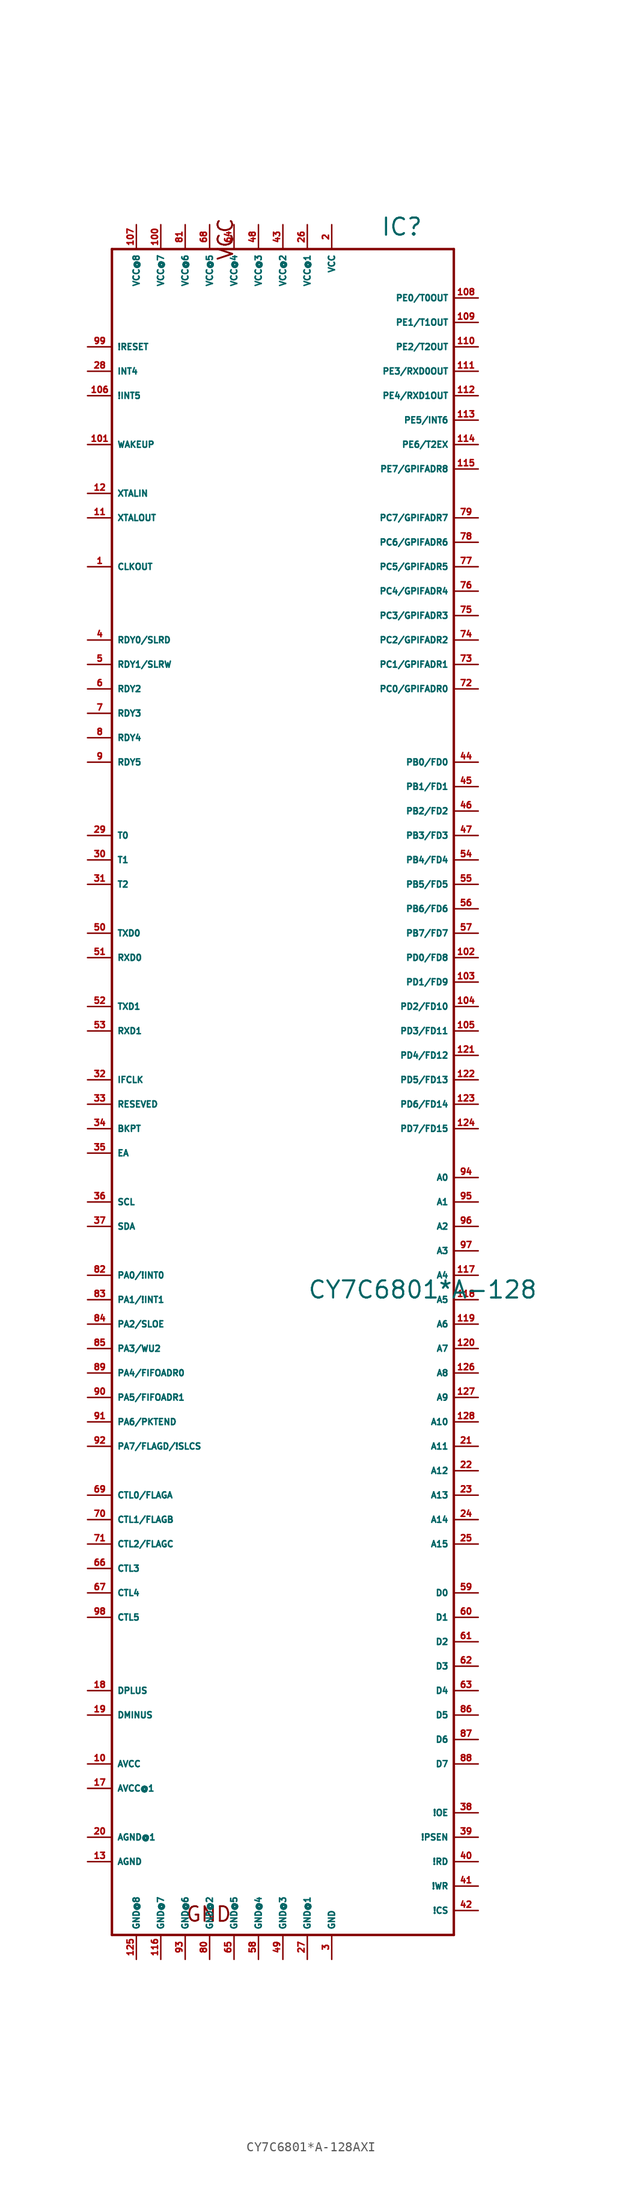
<source format=kicad_sym>
(kicad_symbol_lib
  (version 20220914)
  (generator Eagle2Kicad)
  (symbol "CY7C6801*A-128AXI"
    (property "Reference" "IC"
      (at 10.16 87.63 0)
      (effects (font (size 1.778 1.778) (thickness 0.22)) (justify left bottom)))
    (property "Value" "CY7C6801*A-128"
      (at 2.54 -22.86 0)
      (effects (font (size 1.778 1.778) (thickness 0.22)) (justify left bottom)))
    (polyline
      (pts (xy -17.78 86.36) (xy 17.78 86.36))
      (stroke (width 0.254) (type default))
      (fill (type none)))
    (polyline
      (pts (xy 17.78 86.36) (xy 17.78 -88.9))
      (stroke (width 0.254) (type default))
      (fill (type none)))
    (polyline
      (pts (xy 17.78 -88.9) (xy -17.78 -88.9))
      (stroke (width 0.254) (type default))
      (fill (type none)))
    (polyline
      (pts (xy -17.78 -88.9) (xy -17.78 86.36))
      (stroke (width 0.254) (type default))
      (fill (type none)))
    (text "GND"
      (at -10.16 -87.63 0)
      (effects (font (size 1.524 1.524) (thickness 0.19)) (justify left bottom)))
    (text "VCC"
      (at -5.08 85.09 1800)
      (effects (font (size 1.524 1.524) (thickness 0.19)) (justify left bottom)))
    (pin input line
      (at -20.32 53.34 0)
      (length 2.54)
      (name "CLKOUT" (effects (font (size 0.635 0.635) (thickness 0.08)) (justify left bottom)))
      (number "1" (effects (font (size 0.635 0.635) (thickness 0.08)) (justify left bottom))))
    (pin input line
      (at 5.08 88.9 270)
      (length 2.54)
      (name "VCC" (effects (font (size 0.635 0.635) (thickness 0.08)) (justify left bottom)))
      (number "2" (effects (font (size 0.635 0.635) (thickness 0.08)) (justify left bottom))))
    (pin input line
      (at 5.08 -91.44 90)
      (length 2.54)
      (name "GND" (effects (font (size 0.635 0.635) (thickness 0.08)) (justify left bottom)))
      (number "3" (effects (font (size 0.635 0.635) (thickness 0.08)) (justify left bottom))))
    (pin input line
      (at -20.32 45.72 0)
      (length 2.54)
      (name "RDY0/SLRD" (effects (font (size 0.635 0.635) (thickness 0.08)) (justify left bottom)))
      (number "4" (effects (font (size 0.635 0.635) (thickness 0.08)) (justify left bottom))))
    (pin input line
      (at -20.32 43.18 0)
      (length 2.54)
      (name "RDY1/SLRW" (effects (font (size 0.635 0.635) (thickness 0.08)) (justify left bottom)))
      (number "5" (effects (font (size 0.635 0.635) (thickness 0.08)) (justify left bottom))))
    (pin input line
      (at -20.32 40.64 0)
      (length 2.54)
      (name "RDY2" (effects (font (size 0.635 0.635) (thickness 0.08)) (justify left bottom)))
      (number "6" (effects (font (size 0.635 0.635) (thickness 0.08)) (justify left bottom))))
    (pin input line
      (at -20.32 38.1 0)
      (length 2.54)
      (name "RDY3" (effects (font (size 0.635 0.635) (thickness 0.08)) (justify left bottom)))
      (number "7" (effects (font (size 0.635 0.635) (thickness 0.08)) (justify left bottom))))
    (pin input line
      (at -20.32 35.56 0)
      (length 2.54)
      (name "RDY4" (effects (font (size 0.635 0.635) (thickness 0.08)) (justify left bottom)))
      (number "8" (effects (font (size 0.635 0.635) (thickness 0.08)) (justify left bottom))))
    (pin input line
      (at -20.32 33.02 0)
      (length 2.54)
      (name "RDY5" (effects (font (size 0.635 0.635) (thickness 0.08)) (justify left bottom)))
      (number "9" (effects (font (size 0.635 0.635) (thickness 0.08)) (justify left bottom))))
    (pin input line
      (at -20.32 -71.12 0)
      (length 2.54)
      (name "AVCC" (effects (font (size 0.635 0.635) (thickness 0.08)) (justify left bottom)))
      (number "10" (effects (font (size 0.635 0.635) (thickness 0.08)) (justify left bottom))))
    (pin input line
      (at -20.32 58.42 0)
      (length 2.54)
      (name "XTALOUT" (effects (font (size 0.635 0.635) (thickness 0.08)) (justify left bottom)))
      (number "11" (effects (font (size 0.635 0.635) (thickness 0.08)) (justify left bottom))))
    (pin input line
      (at -20.32 60.96 0)
      (length 2.54)
      (name "XTALIN" (effects (font (size 0.635 0.635) (thickness 0.08)) (justify left bottom)))
      (number "12" (effects (font (size 0.635 0.635) (thickness 0.08)) (justify left bottom))))
    (pin input line
      (at -20.32 -81.28 0)
      (length 2.54)
      (name "AGND" (effects (font (size 0.635 0.635) (thickness 0.08)) (justify left bottom)))
      (number "13" (effects (font (size 0.635 0.635) (thickness 0.08)) (justify left bottom))))
    (pin input line
      (at -20.32 -73.66 0)
      (length 2.54)
      (name "AVCC@1" (effects (font (size 0.635 0.635) (thickness 0.08)) (justify left bottom)))
      (number "17" (effects (font (size 0.635 0.635) (thickness 0.08)) (justify left bottom))))
    (pin bidirectional line
      (at -20.32 -63.5 0)
      (length 2.54)
      (name "DPLUS" (effects (font (size 0.635 0.635) (thickness 0.08)) (justify left bottom)))
      (number "18" (effects (font (size 0.635 0.635) (thickness 0.08)) (justify left bottom))))
    (pin bidirectional line
      (at -20.32 -66.04 0)
      (length 2.54)
      (name "DMINUS" (effects (font (size 0.635 0.635) (thickness 0.08)) (justify left bottom)))
      (number "19" (effects (font (size 0.635 0.635) (thickness 0.08)) (justify left bottom))))
    (pin input line
      (at -20.32 -78.74 0)
      (length 2.54)
      (name "AGND@1" (effects (font (size 0.635 0.635) (thickness 0.08)) (justify left bottom)))
      (number "20" (effects (font (size 0.635 0.635) (thickness 0.08)) (justify left bottom))))
    (pin output line
      (at 20.32 -10.16 180)
      (length 2.54)
      (name "A0" (effects (font (size 0.635 0.635) (thickness 0.08)) (justify left bottom)))
      (number "94" (effects (font (size 0.635 0.635) (thickness 0.08)) (justify left bottom))))
    (pin output line
      (at 20.32 -12.7 180)
      (length 2.54)
      (name "A1" (effects (font (size 0.635 0.635) (thickness 0.08)) (justify left bottom)))
      (number "95" (effects (font (size 0.635 0.635) (thickness 0.08)) (justify left bottom))))
    (pin output line
      (at 20.32 -15.24 180)
      (length 2.54)
      (name "A2" (effects (font (size 0.635 0.635) (thickness 0.08)) (justify left bottom)))
      (number "96" (effects (font (size 0.635 0.635) (thickness 0.08)) (justify left bottom))))
    (pin output line
      (at 20.32 -17.78 180)
      (length 2.54)
      (name "A3" (effects (font (size 0.635 0.635) (thickness 0.08)) (justify left bottom)))
      (number "97" (effects (font (size 0.635 0.635) (thickness 0.08)) (justify left bottom))))
    (pin output line
      (at 20.32 -20.32 180)
      (length 2.54)
      (name "A4" (effects (font (size 0.635 0.635) (thickness 0.08)) (justify left bottom)))
      (number "117" (effects (font (size 0.635 0.635) (thickness 0.08)) (justify left bottom))))
    (pin output line
      (at 20.32 -22.86 180)
      (length 2.54)
      (name "A5" (effects (font (size 0.635 0.635) (thickness 0.08)) (justify left bottom)))
      (number "118" (effects (font (size 0.635 0.635) (thickness 0.08)) (justify left bottom))))
    (pin output line
      (at 20.32 -25.4 180)
      (length 2.54)
      (name "A6" (effects (font (size 0.635 0.635) (thickness 0.08)) (justify left bottom)))
      (number "119" (effects (font (size 0.635 0.635) (thickness 0.08)) (justify left bottom))))
    (pin output line
      (at 20.32 -27.94 180)
      (length 2.54)
      (name "A7" (effects (font (size 0.635 0.635) (thickness 0.08)) (justify left bottom)))
      (number "120" (effects (font (size 0.635 0.635) (thickness 0.08)) (justify left bottom))))
    (pin output line
      (at 20.32 -30.48 180)
      (length 2.54)
      (name "A8" (effects (font (size 0.635 0.635) (thickness 0.08)) (justify left bottom)))
      (number "126" (effects (font (size 0.635 0.635) (thickness 0.08)) (justify left bottom))))
    (pin output line
      (at 20.32 -33.02 180)
      (length 2.54)
      (name "A9" (effects (font (size 0.635 0.635) (thickness 0.08)) (justify left bottom)))
      (number "127" (effects (font (size 0.635 0.635) (thickness 0.08)) (justify left bottom))))
    (pin output line
      (at 20.32 -35.56 180)
      (length 2.54)
      (name "A10" (effects (font (size 0.635 0.635) (thickness 0.08)) (justify left bottom)))
      (number "128" (effects (font (size 0.635 0.635) (thickness 0.08)) (justify left bottom))))
    (pin output line
      (at 20.32 -38.1 180)
      (length 2.54)
      (name "A11" (effects (font (size 0.635 0.635) (thickness 0.08)) (justify left bottom)))
      (number "21" (effects (font (size 0.635 0.635) (thickness 0.08)) (justify left bottom))))
    (pin output line
      (at 20.32 -40.64 180)
      (length 2.54)
      (name "A12" (effects (font (size 0.635 0.635) (thickness 0.08)) (justify left bottom)))
      (number "22" (effects (font (size 0.635 0.635) (thickness 0.08)) (justify left bottom))))
    (pin output line
      (at 20.32 -43.18 180)
      (length 2.54)
      (name "A13" (effects (font (size 0.635 0.635) (thickness 0.08)) (justify left bottom)))
      (number "23" (effects (font (size 0.635 0.635) (thickness 0.08)) (justify left bottom))))
    (pin output line
      (at 20.32 -45.72 180)
      (length 2.54)
      (name "A14" (effects (font (size 0.635 0.635) (thickness 0.08)) (justify left bottom)))
      (number "24" (effects (font (size 0.635 0.635) (thickness 0.08)) (justify left bottom))))
    (pin output line
      (at 20.32 -48.26 180)
      (length 2.54)
      (name "A15" (effects (font (size 0.635 0.635) (thickness 0.08)) (justify left bottom)))
      (number "25" (effects (font (size 0.635 0.635) (thickness 0.08)) (justify left bottom))))
    (pin input line
      (at 20.32 -53.34 180)
      (length 2.54)
      (name "D0" (effects (font (size 0.635 0.635) (thickness 0.08)) (justify left bottom)))
      (number "59" (effects (font (size 0.635 0.635) (thickness 0.08)) (justify left bottom))))
    (pin input line
      (at 20.32 -55.88 180)
      (length 2.54)
      (name "D1" (effects (font (size 0.635 0.635) (thickness 0.08)) (justify left bottom)))
      (number "60" (effects (font (size 0.635 0.635) (thickness 0.08)) (justify left bottom))))
    (pin input line
      (at 20.32 -58.42 180)
      (length 2.54)
      (name "D2" (effects (font (size 0.635 0.635) (thickness 0.08)) (justify left bottom)))
      (number "61" (effects (font (size 0.635 0.635) (thickness 0.08)) (justify left bottom))))
    (pin input line
      (at 20.32 -60.96 180)
      (length 2.54)
      (name "D3" (effects (font (size 0.635 0.635) (thickness 0.08)) (justify left bottom)))
      (number "62" (effects (font (size 0.635 0.635) (thickness 0.08)) (justify left bottom))))
    (pin input line
      (at 20.32 -63.5 180)
      (length 2.54)
      (name "D4" (effects (font (size 0.635 0.635) (thickness 0.08)) (justify left bottom)))
      (number "63" (effects (font (size 0.635 0.635) (thickness 0.08)) (justify left bottom))))
    (pin input line
      (at 20.32 -66.04 180)
      (length 2.54)
      (name "D5" (effects (font (size 0.635 0.635) (thickness 0.08)) (justify left bottom)))
      (number "86" (effects (font (size 0.635 0.635) (thickness 0.08)) (justify left bottom))))
    (pin input line
      (at 20.32 -68.58 180)
      (length 2.54)
      (name "D6" (effects (font (size 0.635 0.635) (thickness 0.08)) (justify left bottom)))
      (number "87" (effects (font (size 0.635 0.635) (thickness 0.08)) (justify left bottom))))
    (pin input line
      (at 20.32 -71.12 180)
      (length 2.54)
      (name "D7" (effects (font (size 0.635 0.635) (thickness 0.08)) (justify left bottom)))
      (number "88" (effects (font (size 0.635 0.635) (thickness 0.08)) (justify left bottom))))
    (pin input line
      (at 2.54 88.9 270)
      (length 2.54)
      (name "VCC@1" (effects (font (size 0.635 0.635) (thickness 0.08)) (justify left bottom)))
      (number "26" (effects (font (size 0.635 0.635) (thickness 0.08)) (justify left bottom))))
    (pin input line
      (at 2.54 -91.44 90)
      (length 2.54)
      (name "GND@1" (effects (font (size 0.635 0.635) (thickness 0.08)) (justify left bottom)))
      (number "27" (effects (font (size 0.635 0.635) (thickness 0.08)) (justify left bottom))))
    (pin output line
      (at -20.32 73.66 0)
      (length 2.54)
      (name "INT4" (effects (font (size 0.635 0.635) (thickness 0.08)) (justify left bottom)))
      (number "28" (effects (font (size 0.635 0.635) (thickness 0.08)) (justify left bottom))))
    (pin output line
      (at -20.32 25.4 0)
      (length 2.54)
      (name "T0" (effects (font (size 0.635 0.635) (thickness 0.08)) (justify left bottom)))
      (number "29" (effects (font (size 0.635 0.635) (thickness 0.08)) (justify left bottom))))
    (pin output line
      (at -20.32 22.86 0)
      (length 2.54)
      (name "T1" (effects (font (size 0.635 0.635) (thickness 0.08)) (justify left bottom)))
      (number "30" (effects (font (size 0.635 0.635) (thickness 0.08)) (justify left bottom))))
    (pin output line
      (at -20.32 20.32 0)
      (length 2.54)
      (name "T2" (effects (font (size 0.635 0.635) (thickness 0.08)) (justify left bottom)))
      (number "31" (effects (font (size 0.635 0.635) (thickness 0.08)) (justify left bottom))))
    (pin bidirectional line
      (at -20.32 0 0)
      (length 2.54)
      (name "IFCLK" (effects (font (size 0.635 0.635) (thickness 0.08)) (justify left bottom)))
      (number "32" (effects (font (size 0.635 0.635) (thickness 0.08)) (justify left bottom))))
    (pin input line
      (at -20.32 -2.54 0)
      (length 2.54)
      (name "RESEVED" (effects (font (size 0.635 0.635) (thickness 0.08)) (justify left bottom)))
      (number "33" (effects (font (size 0.635 0.635) (thickness 0.08)) (justify left bottom))))
    (pin output line
      (at -20.32 -5.08 0)
      (length 2.54)
      (name "BKPT" (effects (font (size 0.635 0.635) (thickness 0.08)) (justify left bottom)))
      (number "34" (effects (font (size 0.635 0.635) (thickness 0.08)) (justify left bottom))))
    (pin input line
      (at -20.32 -7.62 0)
      (length 2.54)
      (name "EA" (effects (font (size 0.635 0.635) (thickness 0.08)) (justify left bottom)))
      (number "35" (effects (font (size 0.635 0.635) (thickness 0.08)) (justify left bottom))))
    (pin output line
      (at -20.32 -12.7 0)
      (length 2.54)
      (name "SCL" (effects (font (size 0.635 0.635) (thickness 0.08)) (justify left bottom)))
      (number "36" (effects (font (size 0.635 0.635) (thickness 0.08)) (justify left bottom))))
    (pin bidirectional line
      (at -20.32 -15.24 0)
      (length 2.54)
      (name "SDA" (effects (font (size 0.635 0.635) (thickness 0.08)) (justify left bottom)))
      (number "37" (effects (font (size 0.635 0.635) (thickness 0.08)) (justify left bottom))))
    (pin output line
      (at 20.32 -76.2 180)
      (length 2.54)
      (name "!OE" (effects (font (size 0.635 0.635) (thickness 0.08)) (justify left bottom)))
      (number "38" (effects (font (size 0.635 0.635) (thickness 0.08)) (justify left bottom))))
    (pin output line
      (at 20.32 -78.74 180)
      (length 2.54)
      (name "!PSEN" (effects (font (size 0.635 0.635) (thickness 0.08)) (justify left bottom)))
      (number "39" (effects (font (size 0.635 0.635) (thickness 0.08)) (justify left bottom))))
    (pin output line
      (at 20.32 -81.28 180)
      (length 2.54)
      (name "!RD" (effects (font (size 0.635 0.635) (thickness 0.08)) (justify left bottom)))
      (number "40" (effects (font (size 0.635 0.635) (thickness 0.08)) (justify left bottom))))
    (pin output line
      (at 20.32 -83.82 180)
      (length 2.54)
      (name "!WR" (effects (font (size 0.635 0.635) (thickness 0.08)) (justify left bottom)))
      (number "41" (effects (font (size 0.635 0.635) (thickness 0.08)) (justify left bottom))))
    (pin output line
      (at 20.32 -86.36 180)
      (length 2.54)
      (name "!CS" (effects (font (size 0.635 0.635) (thickness 0.08)) (justify left bottom)))
      (number "42" (effects (font (size 0.635 0.635) (thickness 0.08)) (justify left bottom))))
    (pin input line
      (at 0 88.9 270)
      (length 2.54)
      (name "VCC@2" (effects (font (size 0.635 0.635) (thickness 0.08)) (justify left bottom)))
      (number "43" (effects (font (size 0.635 0.635) (thickness 0.08)) (justify left bottom))))
    (pin bidirectional line
      (at 20.32 33.02 180)
      (length 2.54)
      (name "PB0/FD0" (effects (font (size 0.635 0.635) (thickness 0.08)) (justify left bottom)))
      (number "44" (effects (font (size 0.635 0.635) (thickness 0.08)) (justify left bottom))))
    (pin bidirectional line
      (at 20.32 30.48 180)
      (length 2.54)
      (name "PB1/FD1" (effects (font (size 0.635 0.635) (thickness 0.08)) (justify left bottom)))
      (number "45" (effects (font (size 0.635 0.635) (thickness 0.08)) (justify left bottom))))
    (pin bidirectional line
      (at 20.32 27.94 180)
      (length 2.54)
      (name "PB2/FD2" (effects (font (size 0.635 0.635) (thickness 0.08)) (justify left bottom)))
      (number "46" (effects (font (size 0.635 0.635) (thickness 0.08)) (justify left bottom))))
    (pin bidirectional line
      (at 20.32 25.4 180)
      (length 2.54)
      (name "PB3/FD3" (effects (font (size 0.635 0.635) (thickness 0.08)) (justify left bottom)))
      (number "47" (effects (font (size 0.635 0.635) (thickness 0.08)) (justify left bottom))))
    (pin input line
      (at -2.54 88.9 270)
      (length 2.54)
      (name "VCC@3" (effects (font (size 0.635 0.635) (thickness 0.08)) (justify left bottom)))
      (number "48" (effects (font (size 0.635 0.635) (thickness 0.08)) (justify left bottom))))
    (pin input line
      (at 0 -91.44 90)
      (length 2.54)
      (name "GND@3" (effects (font (size 0.635 0.635) (thickness 0.08)) (justify left bottom)))
      (number "49" (effects (font (size 0.635 0.635) (thickness 0.08)) (justify left bottom))))
    (pin input line
      (at -20.32 15.24 0)
      (length 2.54)
      (name "TXD0" (effects (font (size 0.635 0.635) (thickness 0.08)) (justify left bottom)))
      (number "50" (effects (font (size 0.635 0.635) (thickness 0.08)) (justify left bottom))))
    (pin input line
      (at -20.32 7.62 0)
      (length 2.54)
      (name "TXD1" (effects (font (size 0.635 0.635) (thickness 0.08)) (justify left bottom)))
      (number "52" (effects (font (size 0.635 0.635) (thickness 0.08)) (justify left bottom))))
    (pin output line
      (at -20.32 12.7 0)
      (length 2.54)
      (name "RXD0" (effects (font (size 0.635 0.635) (thickness 0.08)) (justify left bottom)))
      (number "51" (effects (font (size 0.635 0.635) (thickness 0.08)) (justify left bottom))))
    (pin output line
      (at -20.32 5.08 0)
      (length 2.54)
      (name "RXD1" (effects (font (size 0.635 0.635) (thickness 0.08)) (justify left bottom)))
      (number "53" (effects (font (size 0.635 0.635) (thickness 0.08)) (justify left bottom))))
    (pin bidirectional line
      (at 20.32 22.86 180)
      (length 2.54)
      (name "PB4/FD4" (effects (font (size 0.635 0.635) (thickness 0.08)) (justify left bottom)))
      (number "54" (effects (font (size 0.635 0.635) (thickness 0.08)) (justify left bottom))))
    (pin bidirectional line
      (at 20.32 20.32 180)
      (length 2.54)
      (name "PB5/FD5" (effects (font (size 0.635 0.635) (thickness 0.08)) (justify left bottom)))
      (number "55" (effects (font (size 0.635 0.635) (thickness 0.08)) (justify left bottom))))
    (pin bidirectional line
      (at 20.32 17.78 180)
      (length 2.54)
      (name "PB6/FD6" (effects (font (size 0.635 0.635) (thickness 0.08)) (justify left bottom)))
      (number "56" (effects (font (size 0.635 0.635) (thickness 0.08)) (justify left bottom))))
    (pin bidirectional line
      (at 20.32 15.24 180)
      (length 2.54)
      (name "PB7/FD7" (effects (font (size 0.635 0.635) (thickness 0.08)) (justify left bottom)))
      (number "57" (effects (font (size 0.635 0.635) (thickness 0.08)) (justify left bottom))))
    (pin input line
      (at -2.54 -91.44 90)
      (length 2.54)
      (name "GND@4" (effects (font (size 0.635 0.635) (thickness 0.08)) (justify left bottom)))
      (number "58" (effects (font (size 0.635 0.635) (thickness 0.08)) (justify left bottom))))
    (pin input line
      (at -5.08 88.9 270)
      (length 2.54)
      (name "VCC@4" (effects (font (size 0.635 0.635) (thickness 0.08)) (justify left bottom)))
      (number "64" (effects (font (size 0.635 0.635) (thickness 0.08)) (justify left bottom))))
    (pin input line
      (at -5.08 -91.44 90)
      (length 2.54)
      (name "GND@5" (effects (font (size 0.635 0.635) (thickness 0.08)) (justify left bottom)))
      (number "65" (effects (font (size 0.635 0.635) (thickness 0.08)) (justify left bottom))))
    (pin input line
      (at -7.62 88.9 270)
      (length 2.54)
      (name "VCC@5" (effects (font (size 0.635 0.635) (thickness 0.08)) (justify left bottom)))
      (number "68" (effects (font (size 0.635 0.635) (thickness 0.08)) (justify left bottom))))
    (pin input line
      (at -20.32 -50.8 0)
      (length 2.54)
      (name "CTL3" (effects (font (size 0.635 0.635) (thickness 0.08)) (justify left bottom)))
      (number "66" (effects (font (size 0.635 0.635) (thickness 0.08)) (justify left bottom))))
    (pin input line
      (at -20.32 -53.34 0)
      (length 2.54)
      (name "CTL4" (effects (font (size 0.635 0.635) (thickness 0.08)) (justify left bottom)))
      (number "67" (effects (font (size 0.635 0.635) (thickness 0.08)) (justify left bottom))))
    (pin output line
      (at -20.32 -43.18 0)
      (length 2.54)
      (name "CTL0/FLAGA" (effects (font (size 0.635 0.635) (thickness 0.08)) (justify left bottom)))
      (number "69" (effects (font (size 0.635 0.635) (thickness 0.08)) (justify left bottom))))
    (pin output line
      (at -20.32 -45.72 0)
      (length 2.54)
      (name "CTL1/FLAGB" (effects (font (size 0.635 0.635) (thickness 0.08)) (justify left bottom)))
      (number "70" (effects (font (size 0.635 0.635) (thickness 0.08)) (justify left bottom))))
    (pin output line
      (at -20.32 -48.26 0)
      (length 2.54)
      (name "CTL2/FLAGC" (effects (font (size 0.635 0.635) (thickness 0.08)) (justify left bottom)))
      (number "71" (effects (font (size 0.635 0.635) (thickness 0.08)) (justify left bottom))))
    (pin bidirectional line
      (at 20.32 40.64 180)
      (length 2.54)
      (name "PC0/GPIFADR0" (effects (font (size 0.635 0.635) (thickness 0.08)) (justify left bottom)))
      (number "72" (effects (font (size 0.635 0.635) (thickness 0.08)) (justify left bottom))))
    (pin bidirectional line
      (at 20.32 43.18 180)
      (length 2.54)
      (name "PC1/GPIFADR1" (effects (font (size 0.635 0.635) (thickness 0.08)) (justify left bottom)))
      (number "73" (effects (font (size 0.635 0.635) (thickness 0.08)) (justify left bottom))))
    (pin bidirectional line
      (at 20.32 45.72 180)
      (length 2.54)
      (name "PC2/GPIFADR2" (effects (font (size 0.635 0.635) (thickness 0.08)) (justify left bottom)))
      (number "74" (effects (font (size 0.635 0.635) (thickness 0.08)) (justify left bottom))))
    (pin bidirectional line
      (at 20.32 48.26 180)
      (length 2.54)
      (name "PC3/GPIFADR3" (effects (font (size 0.635 0.635) (thickness 0.08)) (justify left bottom)))
      (number "75" (effects (font (size 0.635 0.635) (thickness 0.08)) (justify left bottom))))
    (pin bidirectional line
      (at 20.32 50.8 180)
      (length 2.54)
      (name "PC4/GPIFADR4" (effects (font (size 0.635 0.635) (thickness 0.08)) (justify left bottom)))
      (number "76" (effects (font (size 0.635 0.635) (thickness 0.08)) (justify left bottom))))
    (pin bidirectional line
      (at 20.32 53.34 180)
      (length 2.54)
      (name "PC5/GPIFADR5" (effects (font (size 0.635 0.635) (thickness 0.08)) (justify left bottom)))
      (number "77" (effects (font (size 0.635 0.635) (thickness 0.08)) (justify left bottom))))
    (pin bidirectional line
      (at 20.32 55.88 180)
      (length 2.54)
      (name "PC6/GPIFADR6" (effects (font (size 0.635 0.635) (thickness 0.08)) (justify left bottom)))
      (number "78" (effects (font (size 0.635 0.635) (thickness 0.08)) (justify left bottom))))
    (pin bidirectional line
      (at 20.32 58.42 180)
      (length 2.54)
      (name "PC7/GPIFADR7" (effects (font (size 0.635 0.635) (thickness 0.08)) (justify left bottom)))
      (number "79" (effects (font (size 0.635 0.635) (thickness 0.08)) (justify left bottom))))
    (pin bidirectional line
      (at -20.32 -20.32 0)
      (length 2.54)
      (name "PA0/!INT0" (effects (font (size 0.635 0.635) (thickness 0.08)) (justify left bottom)))
      (number "82" (effects (font (size 0.635 0.635) (thickness 0.08)) (justify left bottom))))
    (pin bidirectional line
      (at -20.32 -22.86 0)
      (length 2.54)
      (name "PA1/!INT1" (effects (font (size 0.635 0.635) (thickness 0.08)) (justify left bottom)))
      (number "83" (effects (font (size 0.635 0.635) (thickness 0.08)) (justify left bottom))))
    (pin bidirectional line
      (at -20.32 -25.4 0)
      (length 2.54)
      (name "PA2/SLOE" (effects (font (size 0.635 0.635) (thickness 0.08)) (justify left bottom)))
      (number "84" (effects (font (size 0.635 0.635) (thickness 0.08)) (justify left bottom))))
    (pin bidirectional line
      (at -20.32 -27.94 0)
      (length 2.54)
      (name "PA3/WU2" (effects (font (size 0.635 0.635) (thickness 0.08)) (justify left bottom)))
      (number "85" (effects (font (size 0.635 0.635) (thickness 0.08)) (justify left bottom))))
    (pin bidirectional line
      (at -20.32 -30.48 0)
      (length 2.54)
      (name "PA4/FIFOADR0" (effects (font (size 0.635 0.635) (thickness 0.08)) (justify left bottom)))
      (number "89" (effects (font (size 0.635 0.635) (thickness 0.08)) (justify left bottom))))
    (pin bidirectional line
      (at -20.32 -33.02 0)
      (length 2.54)
      (name "PA5/FIFOADR1" (effects (font (size 0.635 0.635) (thickness 0.08)) (justify left bottom)))
      (number "90" (effects (font (size 0.635 0.635) (thickness 0.08)) (justify left bottom))))
    (pin bidirectional line
      (at -20.32 -35.56 0)
      (length 2.54)
      (name "PA6/PKTEND" (effects (font (size 0.635 0.635) (thickness 0.08)) (justify left bottom)))
      (number "91" (effects (font (size 0.635 0.635) (thickness 0.08)) (justify left bottom))))
    (pin bidirectional line
      (at -20.32 -38.1 0)
      (length 2.54)
      (name "PA7/FLAGD/!SLCS" (effects (font (size 0.635 0.635) (thickness 0.08)) (justify left bottom)))
      (number "92" (effects (font (size 0.635 0.635) (thickness 0.08)) (justify left bottom))))
    (pin bidirectional line
      (at -20.32 -55.88 0)
      (length 2.54)
      (name "CTL5" (effects (font (size 0.635 0.635) (thickness 0.08)) (justify left bottom)))
      (number "98" (effects (font (size 0.635 0.635) (thickness 0.08)) (justify left bottom))))
    (pin bidirectional line
      (at -20.32 76.2 0)
      (length 2.54)
      (name "!RESET" (effects (font (size 0.635 0.635) (thickness 0.08)) (justify left bottom)))
      (number "99" (effects (font (size 0.635 0.635) (thickness 0.08)) (justify left bottom))))
    (pin bidirectional line
      (at 20.32 12.7 180)
      (length 2.54)
      (name "PD0/FD8" (effects (font (size 0.635 0.635) (thickness 0.08)) (justify left bottom)))
      (number "102" (effects (font (size 0.635 0.635) (thickness 0.08)) (justify left bottom))))
    (pin bidirectional line
      (at 20.32 10.16 180)
      (length 2.54)
      (name "PD1/FD9" (effects (font (size 0.635 0.635) (thickness 0.08)) (justify left bottom)))
      (number "103" (effects (font (size 0.635 0.635) (thickness 0.08)) (justify left bottom))))
    (pin bidirectional line
      (at 20.32 7.62 180)
      (length 2.54)
      (name "PD2/FD10" (effects (font (size 0.635 0.635) (thickness 0.08)) (justify left bottom)))
      (number "104" (effects (font (size 0.635 0.635) (thickness 0.08)) (justify left bottom))))
    (pin bidirectional line
      (at 20.32 5.08 180)
      (length 2.54)
      (name "PD3/FD11" (effects (font (size 0.635 0.635) (thickness 0.08)) (justify left bottom)))
      (number "105" (effects (font (size 0.635 0.635) (thickness 0.08)) (justify left bottom))))
    (pin bidirectional line
      (at 20.32 2.54 180)
      (length 2.54)
      (name "PD4/FD12" (effects (font (size 0.635 0.635) (thickness 0.08)) (justify left bottom)))
      (number "121" (effects (font (size 0.635 0.635) (thickness 0.08)) (justify left bottom))))
    (pin bidirectional line
      (at 20.32 0 180)
      (length 2.54)
      (name "PD5/FD13" (effects (font (size 0.635 0.635) (thickness 0.08)) (justify left bottom)))
      (number "122" (effects (font (size 0.635 0.635) (thickness 0.08)) (justify left bottom))))
    (pin bidirectional line
      (at 20.32 -2.54 180)
      (length 2.54)
      (name "PD6/FD14" (effects (font (size 0.635 0.635) (thickness 0.08)) (justify left bottom)))
      (number "123" (effects (font (size 0.635 0.635) (thickness 0.08)) (justify left bottom))))
    (pin bidirectional line
      (at 20.32 -5.08 180)
      (length 2.54)
      (name "PD7/FD15" (effects (font (size 0.635 0.635) (thickness 0.08)) (justify left bottom)))
      (number "124" (effects (font (size 0.635 0.635) (thickness 0.08)) (justify left bottom))))
    (pin output line
      (at -20.32 71.12 0)
      (length 2.54)
      (name "!INT5" (effects (font (size 0.635 0.635) (thickness 0.08)) (justify left bottom)))
      (number "106" (effects (font (size 0.635 0.635) (thickness 0.08)) (justify left bottom))))
    (pin bidirectional line
      (at 20.32 81.28 180)
      (length 2.54)
      (name "PE0/T0OUT" (effects (font (size 0.635 0.635) (thickness 0.08)) (justify left bottom)))
      (number "108" (effects (font (size 0.635 0.635) (thickness 0.08)) (justify left bottom))))
    (pin bidirectional line
      (at 20.32 78.74 180)
      (length 2.54)
      (name "PE1/T1OUT" (effects (font (size 0.635 0.635) (thickness 0.08)) (justify left bottom)))
      (number "109" (effects (font (size 0.635 0.635) (thickness 0.08)) (justify left bottom))))
    (pin bidirectional line
      (at 20.32 76.2 180)
      (length 2.54)
      (name "PE2/T2OUT" (effects (font (size 0.635 0.635) (thickness 0.08)) (justify left bottom)))
      (number "110" (effects (font (size 0.635 0.635) (thickness 0.08)) (justify left bottom))))
    (pin bidirectional line
      (at 20.32 73.66 180)
      (length 2.54)
      (name "PE3/RXD0OUT" (effects (font (size 0.635 0.635) (thickness 0.08)) (justify left bottom)))
      (number "111" (effects (font (size 0.635 0.635) (thickness 0.08)) (justify left bottom))))
    (pin bidirectional line
      (at 20.32 71.12 180)
      (length 2.54)
      (name "PE4/RXD1OUT" (effects (font (size 0.635 0.635) (thickness 0.08)) (justify left bottom)))
      (number "112" (effects (font (size 0.635 0.635) (thickness 0.08)) (justify left bottom))))
    (pin bidirectional line
      (at 20.32 68.58 180)
      (length 2.54)
      (name "PE5/INT6" (effects (font (size 0.635 0.635) (thickness 0.08)) (justify left bottom)))
      (number "113" (effects (font (size 0.635 0.635) (thickness 0.08)) (justify left bottom))))
    (pin bidirectional line
      (at 20.32 66.04 180)
      (length 2.54)
      (name "PE6/T2EX" (effects (font (size 0.635 0.635) (thickness 0.08)) (justify left bottom)))
      (number "114" (effects (font (size 0.635 0.635) (thickness 0.08)) (justify left bottom))))
    (pin bidirectional line
      (at 20.32 63.5 180)
      (length 2.54)
      (name "PE7/GPIFADR8" (effects (font (size 0.635 0.635) (thickness 0.08)) (justify left bottom)))
      (number "115" (effects (font (size 0.635 0.635) (thickness 0.08)) (justify left bottom))))
    (pin input line
      (at -20.32 66.04 0)
      (length 2.54)
      (name "WAKEUP" (effects (font (size 0.635 0.635) (thickness 0.08)) (justify left bottom)))
      (number "101" (effects (font (size 0.635 0.635) (thickness 0.08)) (justify left bottom))))
    (pin input line
      (at -10.16 88.9 270)
      (length 2.54)
      (name "VCC@6" (effects (font (size 0.635 0.635) (thickness 0.08)) (justify left bottom)))
      (number "81" (effects (font (size 0.635 0.635) (thickness 0.08)) (justify left bottom))))
    (pin input line
      (at -12.7 88.9 270)
      (length 2.54)
      (name "VCC@7" (effects (font (size 0.635 0.635) (thickness 0.08)) (justify left bottom)))
      (number "100" (effects (font (size 0.635 0.635) (thickness 0.08)) (justify left bottom))))
    (pin input line
      (at -7.62 -91.44 90)
      (length 2.54)
      (name "GND@2" (effects (font (size 0.635 0.635) (thickness 0.08)) (justify left bottom)))
      (number "80" (effects (font (size 0.635 0.635) (thickness 0.08)) (justify left bottom))))
    (pin input line
      (at -10.16 -91.44 90)
      (length 2.54)
      (name "GND@6" (effects (font (size 0.635 0.635) (thickness 0.08)) (justify left bottom)))
      (number "93" (effects (font (size 0.635 0.635) (thickness 0.08)) (justify left bottom))))
    (pin input line
      (at -15.24 88.9 270)
      (length 2.54)
      (name "VCC@8" (effects (font (size 0.635 0.635) (thickness 0.08)) (justify left bottom)))
      (number "107" (effects (font (size 0.635 0.635) (thickness 0.08)) (justify left bottom))))
    (pin input line
      (at -12.7 -91.44 90)
      (length 2.54)
      (name "GND@7" (effects (font (size 0.635 0.635) (thickness 0.08)) (justify left bottom)))
      (number "116" (effects (font (size 0.635 0.635) (thickness 0.08)) (justify left bottom))))
    (pin input line
      (at -15.24 -91.44 90)
      (length 2.54)
      (name "GND@8" (effects (font (size 0.635 0.635) (thickness 0.08)) (justify left bottom)))
      (number "125" (effects (font (size 0.635 0.635) (thickness 0.08)) (justify left bottom))))))
</source>
